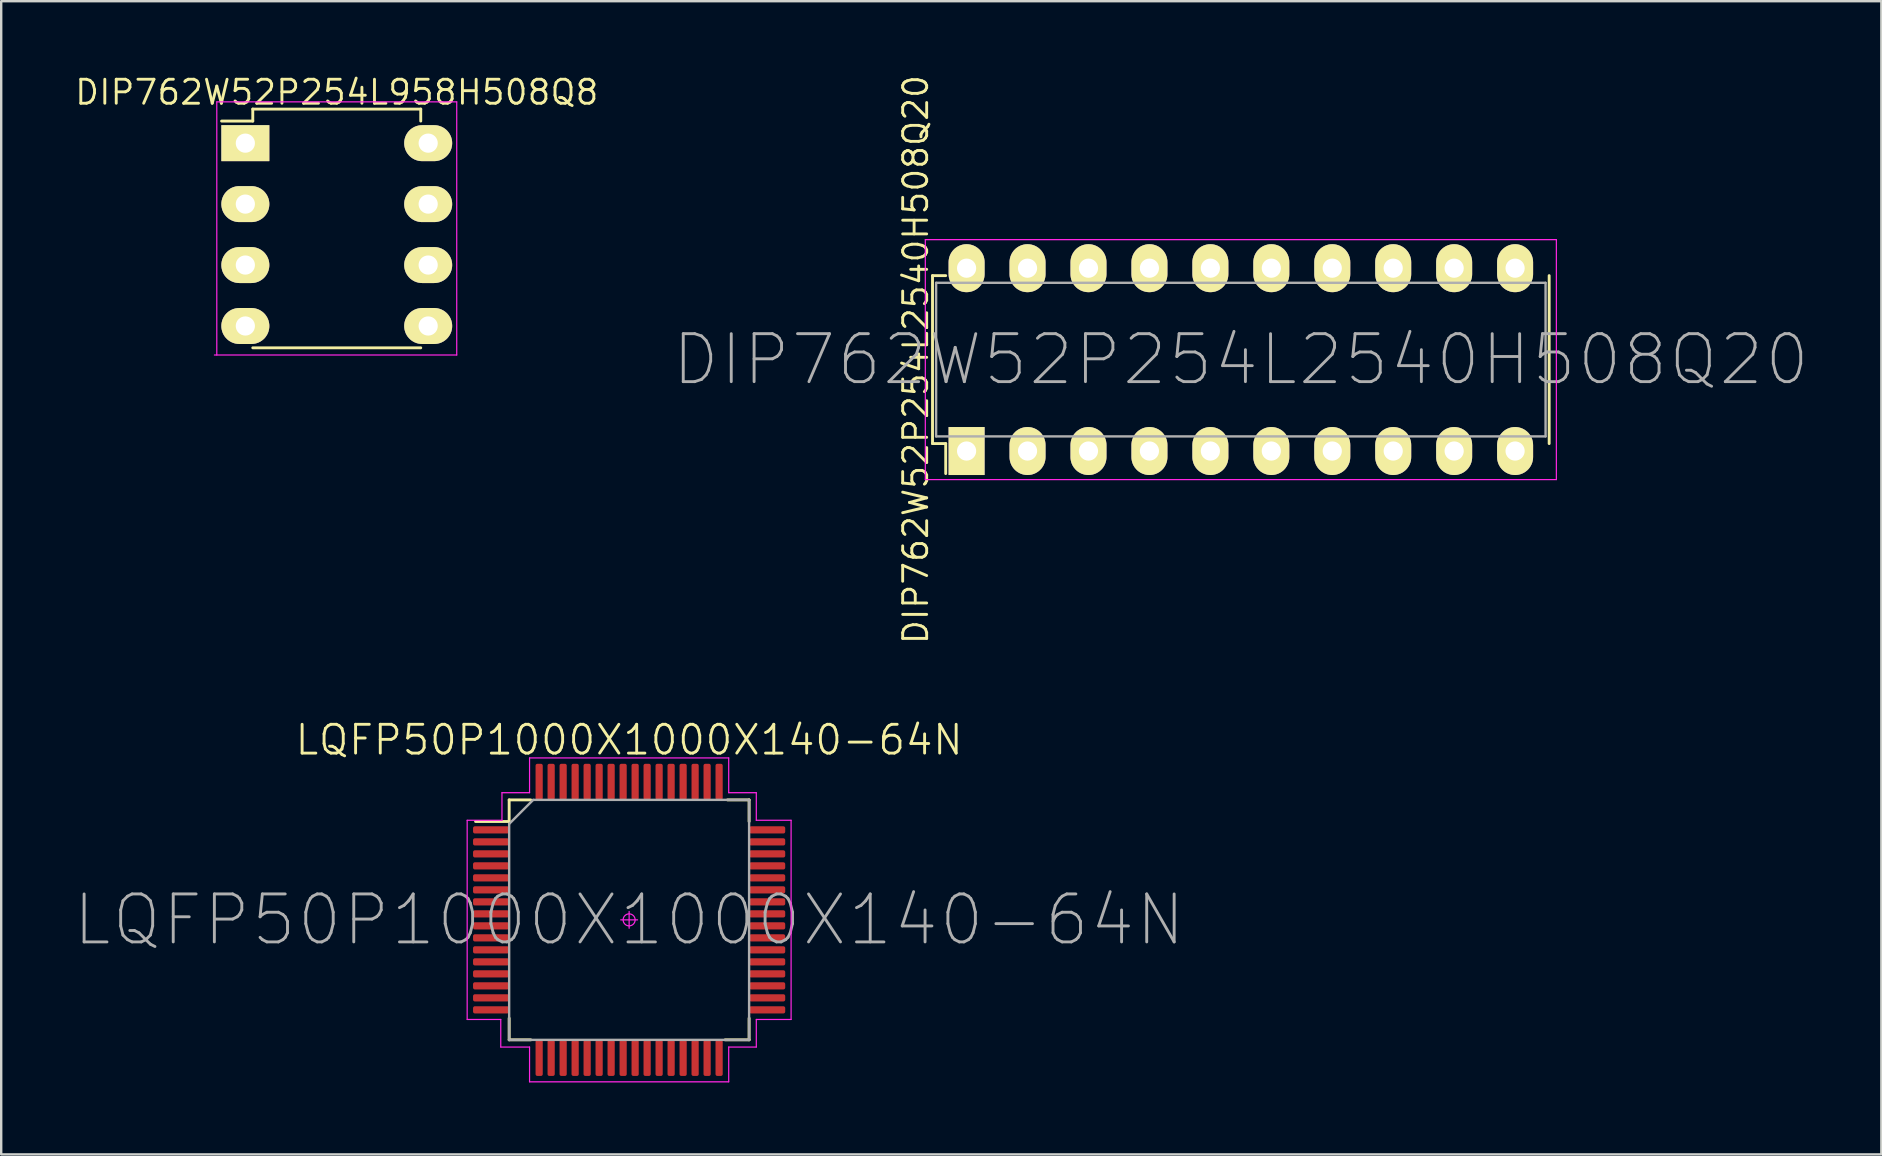
<source format=kicad_pcb>
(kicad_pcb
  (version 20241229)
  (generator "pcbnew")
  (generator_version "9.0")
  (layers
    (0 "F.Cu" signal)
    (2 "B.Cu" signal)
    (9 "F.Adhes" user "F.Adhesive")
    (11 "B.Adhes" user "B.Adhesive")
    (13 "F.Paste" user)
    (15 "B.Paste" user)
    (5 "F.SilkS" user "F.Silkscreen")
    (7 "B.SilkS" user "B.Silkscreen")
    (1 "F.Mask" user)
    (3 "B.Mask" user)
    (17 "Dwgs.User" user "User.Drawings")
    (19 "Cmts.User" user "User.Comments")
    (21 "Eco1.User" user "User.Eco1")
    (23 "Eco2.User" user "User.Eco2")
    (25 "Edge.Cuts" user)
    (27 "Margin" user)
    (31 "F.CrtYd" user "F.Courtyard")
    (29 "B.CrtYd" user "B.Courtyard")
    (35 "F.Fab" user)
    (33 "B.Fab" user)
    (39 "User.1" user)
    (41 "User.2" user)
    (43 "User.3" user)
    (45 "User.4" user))
  (footprint "DIP762W52P254L958H508Q8"
    (layer "F.Cu")
    (at 10.985 6.726)
    (property "Reference" "DIP762W52P254L958H508Q8" (at 0 -5.93 0) (layer "F.SilkS") (effects (font (size 1 1) (thickness 0.12))))
    (attr through_hole)
    (fp_line (start -3.5 -5.23) (end -3.5 -4.73) (stroke (width 0.12) (type solid)) (layer "F.SilkS"))
    (fp_line (start -3.5 -5.23) (end 3.5 -5.23) (stroke (width 0.12) (type solid)) (layer "F.SilkS"))
    (fp_line (start -3.5 -4.73) (end -4.8 -4.73) (stroke (width 0.12) (type solid)) (layer "F.SilkS"))
    (fp_line (start -3.5 4.72) (end 3.5 4.72) (stroke (width 0.12) (type solid)) (layer "F.SilkS"))
    (fp_line (start 3.5 -4.73) (end 3.5 -5.23) (stroke (width 0.12) (type solid)) (layer "F.SilkS"))
    (fp_line (start -5.1 5.02) (end 5 5.02) (stroke (width 0.05) (type solid)) (layer "F.CrtYd"))
    (fp_line (start -5 -5.53) (end -5 5.02) (stroke (width 0.05) (type solid)) (layer "F.CrtYd"))
    (fp_line (start -3.81 -4.16) (end -3.81 -3.46) (stroke (width 0.05) (type solid)) (layer "F.CrtYd"))
    (fp_line (start -3.46 -3.81) (end -4.16 -3.81) (stroke (width 0.05) (type solid)) (layer "F.CrtYd"))
    (fp_line (start 5 -5.53) (end -5 -5.53) (stroke (width 0.05) (type solid)) (layer "F.CrtYd"))
    (fp_line (start 5 5.02) (end 5 -5.53) (stroke (width 0.05) (type solid)) (layer "F.CrtYd"))
    (fp_circle (center -3.81 -3.81) (end -3.56 -3.81) (stroke (width 0.05) (type solid)) (fill no) (layer "F.CrtYd"))
    (pad "1" thru_hole rect (at -3.81 -3.81) (size 2 1.5) (drill 0.8) (layers "*.Cu" "*.Mask" "F.SilkS"))
    (pad "2" thru_hole oval (at -3.81 -1.27) (size 2 1.5) (drill 0.8) (layers "*.Cu" "*.Mask" "F.SilkS"))
    (pad "3" thru_hole oval (at -3.81 1.27) (size 2 1.5) (drill 0.8) (layers "*.Cu" "*.Mask" "F.SilkS"))
    (pad "4" thru_hole oval (at -3.81 3.81) (size 2 1.5) (drill 0.8) (layers "*.Cu" "*.Mask" "F.SilkS"))
    (pad "5" thru_hole oval (at 3.81 3.81) (size 2 1.5) (drill 0.8) (layers "*.Cu" "*.Mask" "F.SilkS"))
    (pad "6" thru_hole oval (at 3.81 1.27) (size 2 1.5) (drill 0.8) (layers "*.Cu" "*.Mask" "F.SilkS"))
    (pad "7" thru_hole oval (at 3.81 -1.27) (size 2 1.5) (drill 0.8) (layers "*.Cu" "*.Mask" "F.SilkS"))
    (pad "8" thru_hole oval (at 3.81 -3.81) (size 2 1.5) (drill 0.8) (layers "*.Cu" "*.Mask" "F.SilkS")))
  (footprint "DIP762W52P254L2540H508Q20"
    (layer "F.Cu")
    (at 48.664 11.937)
    (property "Reference" "DIP762W52P254L2540H508Q20" (at -13.55 0 90) (layer "F.SilkS") (effects (font (size 1 1) (thickness 0.12))))
    (attr through_hole)
    (fp_line (start -12.85 -3.5) (end -12.3 -3.5) (stroke (width 0.12) (type solid)) (layer "F.SilkS"))
    (fp_line (start -12.85 3.5) (end -12.85 -3.5) (stroke (width 0.12) (type solid)) (layer "F.SilkS"))
    (fp_line (start -12.3 3.5) (end -12.85 3.5) (stroke (width 0.12) (type solid)) (layer "F.SilkS"))
    (fp_line (start -12.3 4.75) (end -12.3 3.5) (stroke (width 0.12) (type solid)) (layer "F.SilkS"))
    (fp_line (start 12.85 3.5) (end 12.85 -3.5) (stroke (width 0.12) (type solid)) (layer "F.SilkS"))
    (fp_line (start -13.15 -5) (end -13.15 5) (stroke (width 0.05) (type solid)) (layer "F.CrtYd"))
    (fp_line (start -13.15 5) (end 13.15 5) (stroke (width 0.05) (type solid)) (layer "F.CrtYd"))
    (fp_line (start -11.78 3.81) (end -11.08 3.81) (stroke (width 0.05) (type solid)) (layer "F.CrtYd"))
    (fp_line (start -11.43 3.46) (end -11.43 4.16) (stroke (width 0.05) (type solid)) (layer "F.CrtYd"))
    (fp_line (start 13.15 -5) (end -13.15 -5) (stroke (width 0.05) (type solid)) (layer "F.CrtYd"))
    (fp_line (start 13.15 5) (end 13.15 -5) (stroke (width 0.05) (type solid)) (layer "F.CrtYd"))
    (fp_circle (center -11.43 3.81) (end -11.43 3.56) (stroke (width 0.05) (type solid)) (fill no) (layer "F.CrtYd"))
    (fp_line (start -12.7 -3.2) (end 12.7 -3.2) (stroke (width 0.1) (type solid)) (layer "F.Fab"))
    (fp_line (start -12.7 3.2) (end -12.7 -3.2) (stroke (width 0.1) (type solid)) (layer "F.Fab"))
    (fp_line (start 12.7 -3.2) (end 12.7 3.2) (stroke (width 0.1) (type solid)) (layer "F.Fab"))
    (fp_line (start 12.7 3.2) (end -12.7 3.2) (stroke (width 0.1) (type solid)) (layer "F.Fab"))
    (fp_text user "${REFERENCE}" (at 0 0 180) (layer "F.Fab") (effects (font (size 2 2) (thickness 0.12))))
    (pad "1" thru_hole rect (at -11.43 3.81 90) (size 2 1.5) (drill 0.8) (layers "*.Cu" "*.Mask" "F.SilkS"))
    (pad "2" thru_hole oval (at -8.89 3.81 90) (size 2 1.5) (drill 0.8) (layers "*.Cu" "*.Mask" "F.SilkS"))
    (pad "3" thru_hole oval (at -6.35 3.81 90) (size 2 1.5) (drill 0.8) (layers "*.Cu" "*.Mask" "F.SilkS"))
    (pad "4" thru_hole oval (at -3.81 3.81 90) (size 2 1.5) (drill 0.8) (layers "*.Cu" "*.Mask" "F.SilkS"))
    (pad "5" thru_hole oval (at -1.27 3.81 90) (size 2 1.5) (drill 0.8) (layers "*.Cu" "*.Mask" "F.SilkS"))
    (pad "6" thru_hole oval (at 1.27 3.81 90) (size 2 1.5) (drill 0.8) (layers "*.Cu" "*.Mask" "F.SilkS"))
    (pad "7" thru_hole oval (at 3.81 3.81 90) (size 2 1.5) (drill 0.8) (layers "*.Cu" "*.Mask" "F.SilkS"))
    (pad "8" thru_hole oval (at 6.35 3.81 90) (size 2 1.5) (drill 0.8) (layers "*.Cu" "*.Mask" "F.SilkS"))
    (pad "9" thru_hole oval (at 8.89 3.81 90) (size 2 1.5) (drill 0.8) (layers "*.Cu" "*.Mask" "F.SilkS"))
    (pad "10" thru_hole oval (at 11.43 3.81 90) (size 2 1.5) (drill 0.8) (layers "*.Cu" "*.Mask" "F.SilkS"))
    (pad "11" thru_hole oval (at 11.43 -3.81 90) (size 2 1.5) (drill 0.8) (layers "*.Cu" "*.Mask" "F.SilkS"))
    (pad "12" thru_hole oval (at 8.89 -3.81 90) (size 2 1.5) (drill 0.8) (layers "*.Cu" "*.Mask" "F.SilkS"))
    (pad "13" thru_hole oval (at 6.35 -3.81 90) (size 2 1.5) (drill 0.8) (layers "*.Cu" "*.Mask" "F.SilkS"))
    (pad "14" thru_hole oval (at 3.81 -3.81 90) (size 2 1.5) (drill 0.8) (layers "*.Cu" "*.Mask" "F.SilkS"))
    (pad "15" thru_hole oval (at 1.27 -3.81 90) (size 2 1.5) (drill 0.8) (layers "*.Cu" "*.Mask" "F.SilkS"))
    (pad "16" thru_hole oval (at -1.27 -3.81 90) (size 2 1.5) (drill 0.8) (layers "*.Cu" "*.Mask" "F.SilkS"))
    (pad "17" thru_hole oval (at -3.81 -3.81 90) (size 2 1.5) (drill 0.8) (layers "*.Cu" "*.Mask" "F.SilkS"))
    (pad "18" thru_hole oval (at -6.35 -3.81 90) (size 2 1.5) (drill 0.8) (layers "*.Cu" "*.Mask" "F.SilkS"))
    (pad "19" thru_hole oval (at -8.89 -3.81 90) (size 2 1.5) (drill 0.8) (layers "*.Cu" "*.Mask" "F.SilkS"))
    (pad "20" thru_hole oval (at -11.43 -3.81 90) (size 2 1.5) (drill 0.8) (layers "*.Cu" "*.Mask" "F.SilkS")))
  (footprint "LQFP50P1000X1000X140-64N"
    (layer "F.Cu")
    (at 23.17 35.287)
    (property "Reference" "LQFP50P1000X1000X140-64N" (at 0 -7.5 0) (layer "F.SilkS") (effects (font (size 1.2 1.2) (thickness 0.12))))
    (attr smd)
    (fp_line (start -5 -5) (end -5 -4.1) (stroke (width 0.12) (type solid)) (layer "F.SilkS"))
    (fp_line (start -5 -4.1) (end -6.4 -4.1) (stroke (width 0.12) (type solid)) (layer "F.SilkS"))
    (fp_line (start -5 5) (end -5 4.1) (stroke (width 0.12) (type solid)) (layer "F.SilkS"))
    (fp_line (start -5 5) (end -4.1 5) (stroke (width 0.12) (type solid)) (layer "F.SilkS"))
    (fp_line (start -4.1 -5) (end -5 -5) (stroke (width 0.12) (type solid)) (layer "F.SilkS"))
    (fp_line (start 5 -5) (end 4.1 -5) (stroke (width 0.12) (type solid)) (layer "F.SilkS"))
    (fp_line (start 5 -5) (end 5 -4.1) (stroke (width 0.12) (type solid)) (layer "F.SilkS"))
    (fp_line (start 5 5) (end 4 5) (stroke (width 0.12) (type solid)) (layer "F.SilkS"))
    (fp_line (start 5 5) (end 5 4.1) (stroke (width 0.12) (type solid)) (layer "F.SilkS"))
    (fp_line (start -6.75 -4.15) (end -6.75 4.15) (stroke (width 0.05) (type solid)) (layer "F.CrtYd"))
    (fp_line (start -6.75 4.15) (end -5.35 4.15) (stroke (width 0.05) (type solid)) (layer "F.CrtYd"))
    (fp_line (start -5.35 4.15) (end -5.35 5.3) (stroke (width 0.05) (type solid)) (layer "F.CrtYd"))
    (fp_line (start -5.35 5.3) (end -4.15 5.3) (stroke (width 0.05) (type solid)) (layer "F.CrtYd"))
    (fp_line (start -5.3 -5.3) (end -5.3 -4.15) (stroke (width 0.05) (type solid)) (layer "F.CrtYd"))
    (fp_line (start -5.3 -4.15) (end -6.75 -4.15) (stroke (width 0.05) (type solid)) (layer "F.CrtYd"))
    (fp_line (start -4.15 -6.75) (end -4.15 -5.3) (stroke (width 0.05) (type solid)) (layer "F.CrtYd"))
    (fp_line (start -4.15 -5.3) (end -5.3 -5.3) (stroke (width 0.05) (type solid)) (layer "F.CrtYd"))
    (fp_line (start -4.15 5.3) (end -4.15 6.75) (stroke (width 0.05) (type solid)) (layer "F.CrtYd"))
    (fp_line (start -4.15 6.75) (end 4.15 6.75) (stroke (width 0.05) (type solid)) (layer "F.CrtYd"))
    (fp_line (start 0 -0.35) (end 0 0.35) (stroke (width 0.05) (type solid)) (layer "F.CrtYd"))
    (fp_line (start 0.35 0) (end -0.35 0) (stroke (width 0.05) (type solid)) (layer "F.CrtYd"))
    (fp_line (start 4.15 -6.75) (end -4.15 -6.75) (stroke (width 0.05) (type solid)) (layer "F.CrtYd"))
    (fp_line (start 4.15 -5.3) (end 4.15 -6.75) (stroke (width 0.05) (type solid)) (layer "F.CrtYd"))
    (fp_line (start 4.15 5.3) (end 5.3 5.3) (stroke (width 0.05) (type solid)) (layer "F.CrtYd"))
    (fp_line (start 4.15 6.75) (end 4.15 5.3) (stroke (width 0.05) (type solid)) (layer "F.CrtYd"))
    (fp_line (start 5.3 -5.3) (end 4.15 -5.3) (stroke (width 0.05) (type solid)) (layer "F.CrtYd"))
    (fp_line (start 5.3 -4.15) (end 5.3 -5.3) (stroke (width 0.05) (type solid)) (layer "F.CrtYd"))
    (fp_line (start 5.3 4.15) (end 6.75 4.15) (stroke (width 0.05) (type solid)) (layer "F.CrtYd"))
    (fp_line (start 5.3 5.3) (end 5.3 4.15) (stroke (width 0.05) (type solid)) (layer "F.CrtYd"))
    (fp_line (start 6.75 -4.15) (end 5.3 -4.15) (stroke (width 0.05) (type solid)) (layer "F.CrtYd"))
    (fp_line (start 6.75 4.15) (end 6.75 -4.15) (stroke (width 0.05) (type solid)) (layer "F.CrtYd"))
    (fp_circle (center 0 0) (end 0.25 0) (stroke (width 0.05) (type solid)) (fill no) (layer "F.CrtYd"))
    (fp_line (start -5 -4) (end -4 -5) (stroke (width 0.1) (type solid)) (layer "F.Fab"))
    (fp_line (start -5 5) (end -5 -4) (stroke (width 0.1) (type solid)) (layer "F.Fab"))
    (fp_line (start -4 -5) (end 5 -5) (stroke (width 0.1) (type solid)) (layer "F.Fab"))
    (fp_line (start 5 -5) (end 5 5) (stroke (width 0.1) (type solid)) (layer "F.Fab"))
    (fp_line (start 5 5) (end -5 5) (stroke (width 0.1) (type solid)) (layer "F.Fab"))
    (fp_text user "${REFERENCE}" (at 0 0 0) (layer "F.Fab") (effects (font (size 2 2) (thickness 0.12))))
    (pad "1" smd roundrect (at -5.755 -3.75 90) (size 0.3 1.5) (layers "F.Cu" "F.Mask" "F.Paste") (roundrect_rratio 0.25))
    (pad "2" smd roundrect (at -5.755 -3.25 90) (size 0.3 1.5) (layers "F.Cu" "F.Mask" "F.Paste") (roundrect_rratio 0.25))
    (pad "3" smd roundrect (at -5.755 -2.75 90) (size 0.3 1.5) (layers "F.Cu" "F.Mask" "F.Paste") (roundrect_rratio 0.25))
    (pad "4" smd roundrect (at -5.755 -2.25 90) (size 0.3 1.5) (layers "F.Cu" "F.Mask" "F.Paste") (roundrect_rratio 0.25))
    (pad "5" smd roundrect (at -5.755 -1.75 90) (size 0.3 1.5) (layers "F.Cu" "F.Mask" "F.Paste") (roundrect_rratio 0.25))
    (pad "6" smd roundrect (at -5.755 -1.25 90) (size 0.3 1.5) (layers "F.Cu" "F.Mask" "F.Paste") (roundrect_rratio 0.25))
    (pad "7" smd roundrect (at -5.755 -0.75 90) (size 0.3 1.5) (layers "F.Cu" "F.Mask" "F.Paste") (roundrect_rratio 0.25))
    (pad "8" smd roundrect (at -5.755 -0.25 90) (size 0.3 1.5) (layers "F.Cu" "F.Mask" "F.Paste") (roundrect_rratio 0.25))
    (pad "9" smd roundrect (at -5.755 0.25 90) (size 0.3 1.5) (layers "F.Cu" "F.Mask" "F.Paste") (roundrect_rratio 0.25))
    (pad "10" smd roundrect (at -5.755 0.75 90) (size 0.3 1.5) (layers "F.Cu" "F.Mask" "F.Paste") (roundrect_rratio 0.25))
    (pad "11" smd roundrect (at -5.755 1.25 90) (size 0.3 1.5) (layers "F.Cu" "F.Mask" "F.Paste") (roundrect_rratio 0.25))
    (pad "12" smd roundrect (at -5.755 1.75 90) (size 0.3 1.5) (layers "F.Cu" "F.Mask" "F.Paste") (roundrect_rratio 0.25))
    (pad "13" smd roundrect (at -5.755 2.25 90) (size 0.3 1.5) (layers "F.Cu" "F.Mask" "F.Paste") (roundrect_rratio 0.25))
    (pad "14" smd roundrect (at -5.755 2.75 90) (size 0.3 1.5) (layers "F.Cu" "F.Mask" "F.Paste") (roundrect_rratio 0.25))
    (pad "15" smd roundrect (at -5.755 3.25 90) (size 0.3 1.5) (layers "F.Cu" "F.Mask" "F.Paste") (roundrect_rratio 0.25))
    (pad "16" smd roundrect (at -5.755 3.75 90) (size 0.3 1.5) (layers "F.Cu" "F.Mask" "F.Paste") (roundrect_rratio 0.25))
    (pad "17" smd roundrect (at -3.75 5.755) (size 0.3 1.5) (layers "F.Cu" "F.Mask" "F.Paste") (roundrect_rratio 0.25))
    (pad "18" smd roundrect (at -3.25 5.755) (size 0.3 1.5) (layers "F.Cu" "F.Mask" "F.Paste") (roundrect_rratio 0.25))
    (pad "19" smd roundrect (at -2.75 5.755) (size 0.3 1.5) (layers "F.Cu" "F.Mask" "F.Paste") (roundrect_rratio 0.25))
    (pad "20" smd roundrect (at -2.25 5.755) (size 0.3 1.5) (layers "F.Cu" "F.Mask" "F.Paste") (roundrect_rratio 0.25))
    (pad "21" smd roundrect (at -1.75 5.755) (size 0.3 1.5) (layers "F.Cu" "F.Mask" "F.Paste") (roundrect_rratio 0.25))
    (pad "22" smd roundrect (at -1.25 5.755) (size 0.3 1.5) (layers "F.Cu" "F.Mask" "F.Paste") (roundrect_rratio 0.25))
    (pad "23" smd roundrect (at -0.75 5.755) (size 0.3 1.5) (layers "F.Cu" "F.Mask" "F.Paste") (roundrect_rratio 0.25))
    (pad "24" smd roundrect (at -0.25 5.755) (size 0.3 1.5) (layers "F.Cu" "F.Mask" "F.Paste") (roundrect_rratio 0.25))
    (pad "25" smd roundrect (at 0.25 5.755) (size 0.3 1.5) (layers "F.Cu" "F.Mask" "F.Paste") (roundrect_rratio 0.25))
    (pad "26" smd roundrect (at 0.75 5.755) (size 0.3 1.5) (layers "F.Cu" "F.Mask" "F.Paste") (roundrect_rratio 0.25))
    (pad "27" smd roundrect (at 1.25 5.755) (size 0.3 1.5) (layers "F.Cu" "F.Mask" "F.Paste") (roundrect_rratio 0.25))
    (pad "28" smd roundrect (at 1.75 5.755) (size 0.3 1.5) (layers "F.Cu" "F.Mask" "F.Paste") (roundrect_rratio 0.25))
    (pad "29" smd roundrect (at 2.25 5.755) (size 0.3 1.5) (layers "F.Cu" "F.Mask" "F.Paste") (roundrect_rratio 0.25))
    (pad "30" smd roundrect (at 2.75 5.755) (size 0.3 1.5) (layers "F.Cu" "F.Mask" "F.Paste") (roundrect_rratio 0.25))
    (pad "31" smd roundrect (at 3.25 5.755) (size 0.3 1.5) (layers "F.Cu" "F.Mask" "F.Paste") (roundrect_rratio 0.25))
    (pad "32" smd roundrect (at 3.75 5.755) (size 0.3 1.5) (layers "F.Cu" "F.Mask" "F.Paste") (roundrect_rratio 0.25))
    (pad "33" smd roundrect (at 5.755 3.75 90) (size 0.3 1.5) (layers "F.Cu" "F.Mask" "F.Paste") (roundrect_rratio 0.25))
    (pad "34" smd roundrect (at 5.755 3.25 90) (size 0.3 1.5) (layers "F.Cu" "F.Mask" "F.Paste") (roundrect_rratio 0.25))
    (pad "35" smd roundrect (at 5.755 2.75 90) (size 0.3 1.5) (layers "F.Cu" "F.Mask" "F.Paste") (roundrect_rratio 0.25))
    (pad "36" smd roundrect (at 5.755 2.25 90) (size 0.3 1.5) (layers "F.Cu" "F.Mask" "F.Paste") (roundrect_rratio 0.25))
    (pad "37" smd roundrect (at 5.755 1.75 90) (size 0.3 1.5) (layers "F.Cu" "F.Mask" "F.Paste") (roundrect_rratio 0.25))
    (pad "38" smd roundrect (at 5.755 1.25 90) (size 0.3 1.5) (layers "F.Cu" "F.Mask" "F.Paste") (roundrect_rratio 0.25))
    (pad "39" smd roundrect (at 5.755 0.75 90) (size 0.3 1.5) (layers "F.Cu" "F.Mask" "F.Paste") (roundrect_rratio 0.25))
    (pad "40" smd roundrect (at 5.755 0.25 90) (size 0.3 1.5) (layers "F.Cu" "F.Mask" "F.Paste") (roundrect_rratio 0.25))
    (pad "41" smd roundrect (at 5.755 -0.25 90) (size 0.3 1.5) (layers "F.Cu" "F.Mask" "F.Paste") (roundrect_rratio 0.25))
    (pad "42" smd roundrect (at 5.755 -0.75 90) (size 0.3 1.5) (layers "F.Cu" "F.Mask" "F.Paste") (roundrect_rratio 0.25))
    (pad "43" smd roundrect (at 5.755 -1.25 90) (size 0.3 1.5) (layers "F.Cu" "F.Mask" "F.Paste") (roundrect_rratio 0.25))
    (pad "44" smd roundrect (at 5.755 -1.75 90) (size 0.3 1.5) (layers "F.Cu" "F.Mask" "F.Paste") (roundrect_rratio 0.25))
    (pad "45" smd roundrect (at 5.755 -2.25 90) (size 0.3 1.5) (layers "F.Cu" "F.Mask" "F.Paste") (roundrect_rratio 0.25))
    (pad "46" smd roundrect (at 5.755 -2.75 90) (size 0.3 1.5) (layers "F.Cu" "F.Mask" "F.Paste") (roundrect_rratio 0.25))
    (pad "47" smd roundrect (at 5.755 -3.25 90) (size 0.3 1.5) (layers "F.Cu" "F.Mask" "F.Paste") (roundrect_rratio 0.25))
    (pad "48" smd roundrect (at 5.755 -3.75 90) (size 0.3 1.5) (layers "F.Cu" "F.Mask" "F.Paste") (roundrect_rratio 0.25))
    (pad "49" smd roundrect (at 3.75 -5.755) (size 0.3 1.5) (layers "F.Cu" "F.Mask" "F.Paste") (roundrect_rratio 0.25))
    (pad "50" smd roundrect (at 3.25 -5.755) (size 0.3 1.5) (layers "F.Cu" "F.Mask" "F.Paste") (roundrect_rratio 0.25))
    (pad "51" smd roundrect (at 2.75 -5.755) (size 0.3 1.5) (layers "F.Cu" "F.Mask" "F.Paste") (roundrect_rratio 0.25))
    (pad "52" smd roundrect (at 2.25 -5.755) (size 0.3 1.5) (layers "F.Cu" "F.Mask" "F.Paste") (roundrect_rratio 0.25))
    (pad "53" smd roundrect (at 1.75 -5.755) (size 0.3 1.5) (layers "F.Cu" "F.Mask" "F.Paste") (roundrect_rratio 0.25))
    (pad "54" smd roundrect (at 1.25 -5.755) (size 0.3 1.5) (layers "F.Cu" "F.Mask" "F.Paste") (roundrect_rratio 0.25))
    (pad "55" smd roundrect (at 0.75 -5.755) (size 0.3 1.5) (layers "F.Cu" "F.Mask" "F.Paste") (roundrect_rratio 0.25))
    (pad "56" smd roundrect (at 0.25 -5.755) (size 0.3 1.5) (layers "F.Cu" "F.Mask" "F.Paste") (roundrect_rratio 0.25))
    (pad "57" smd roundrect (at -0.25 -5.755) (size 0.3 1.5) (layers "F.Cu" "F.Mask" "F.Paste") (roundrect_rratio 0.25))
    (pad "58" smd roundrect (at -0.75 -5.755) (size 0.3 1.5) (layers "F.Cu" "F.Mask" "F.Paste") (roundrect_rratio 0.25))
    (pad "59" smd roundrect (at -1.25 -5.755) (size 0.3 1.5) (layers "F.Cu" "F.Mask" "F.Paste") (roundrect_rratio 0.25))
    (pad "60" smd roundrect (at -1.75 -5.755) (size 0.3 1.5) (layers "F.Cu" "F.Mask" "F.Paste") (roundrect_rratio 0.25))
    (pad "61" smd roundrect (at -2.25 -5.755) (size 0.3 1.5) (layers "F.Cu" "F.Mask" "F.Paste") (roundrect_rratio 0.25))
    (pad "62" smd roundrect (at -2.75 -5.755) (size 0.3 1.5) (layers "F.Cu" "F.Mask" "F.Paste") (roundrect_rratio 0.25))
    (pad "63" smd roundrect (at -3.25 -5.755) (size 0.3 1.5) (layers "F.Cu" "F.Mask" "F.Paste") (roundrect_rratio 0.25))
    (pad "64" smd roundrect (at -3.75 -5.755) (size 0.3 1.5) (layers "F.Cu" "F.Mask" "F.Paste") (roundrect_rratio 0.25)))
  (gr_rect
    (start -3 -3)
    (end 75.358 45.062)
    (stroke (width 0.1) (type default))
    (fill no)
    (layer "Edge.Cuts")))
</source>
